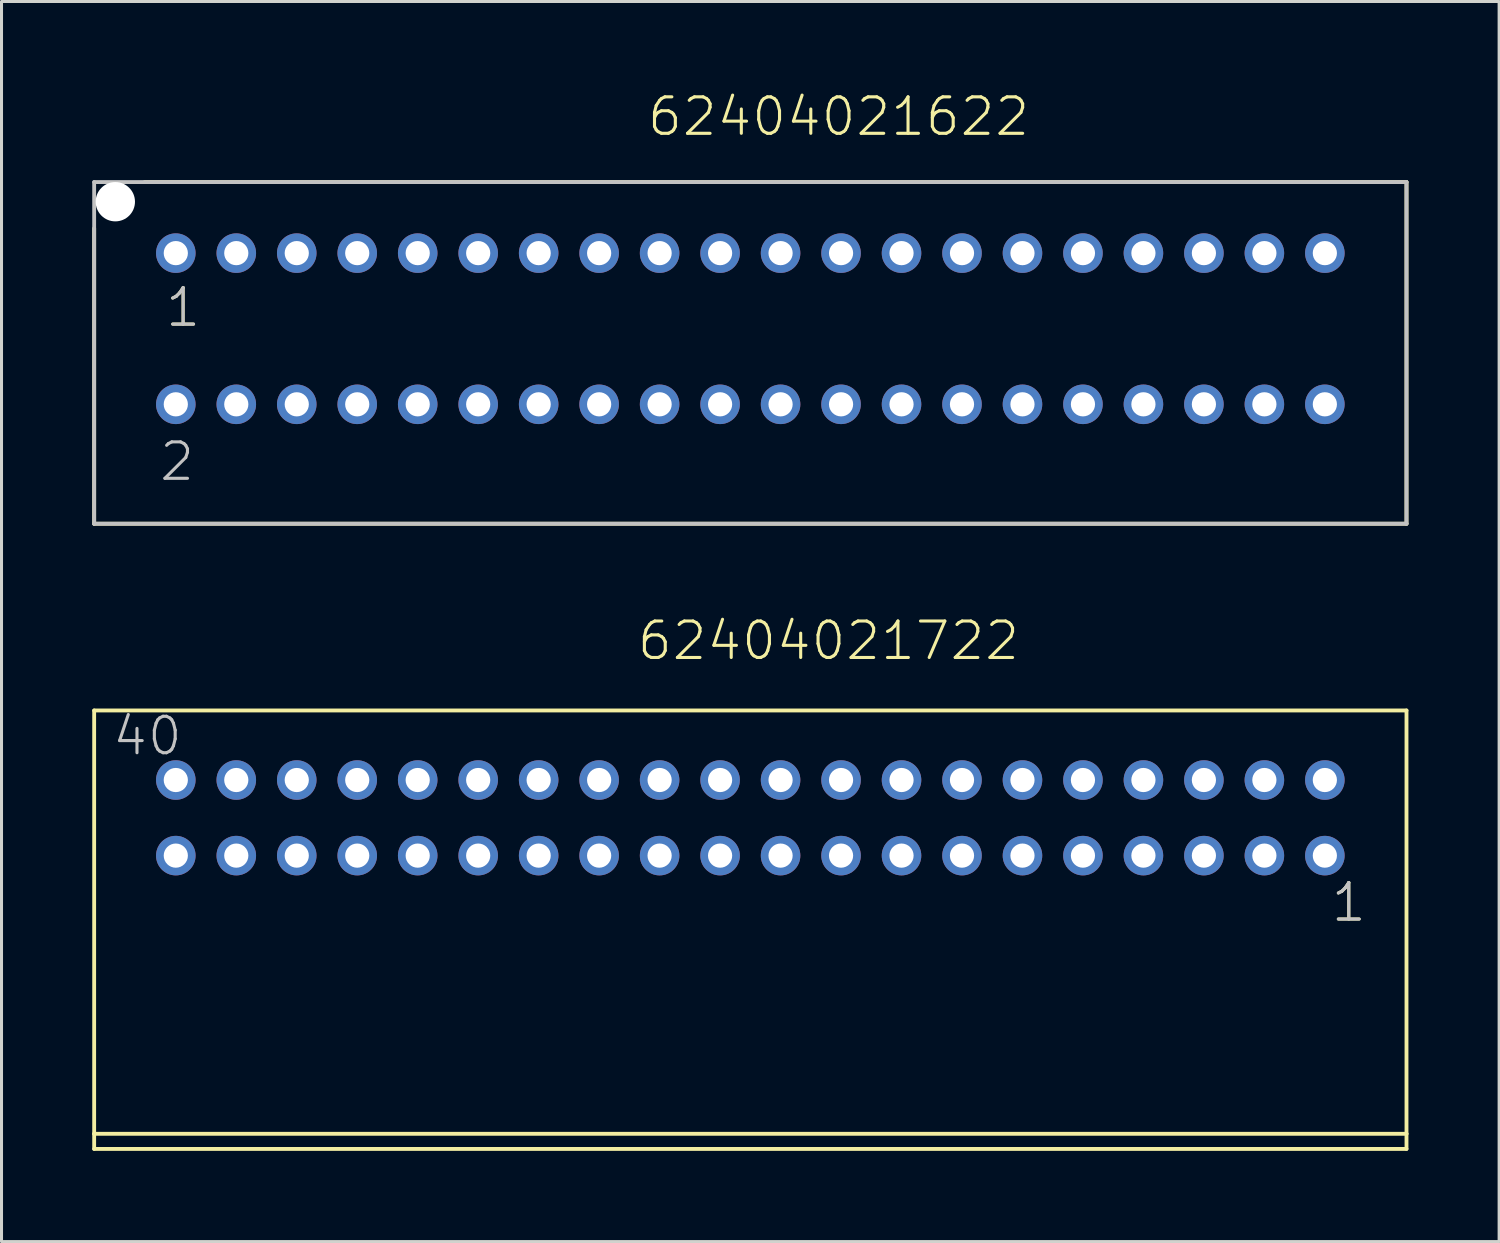
<source format=kicad_pcb>
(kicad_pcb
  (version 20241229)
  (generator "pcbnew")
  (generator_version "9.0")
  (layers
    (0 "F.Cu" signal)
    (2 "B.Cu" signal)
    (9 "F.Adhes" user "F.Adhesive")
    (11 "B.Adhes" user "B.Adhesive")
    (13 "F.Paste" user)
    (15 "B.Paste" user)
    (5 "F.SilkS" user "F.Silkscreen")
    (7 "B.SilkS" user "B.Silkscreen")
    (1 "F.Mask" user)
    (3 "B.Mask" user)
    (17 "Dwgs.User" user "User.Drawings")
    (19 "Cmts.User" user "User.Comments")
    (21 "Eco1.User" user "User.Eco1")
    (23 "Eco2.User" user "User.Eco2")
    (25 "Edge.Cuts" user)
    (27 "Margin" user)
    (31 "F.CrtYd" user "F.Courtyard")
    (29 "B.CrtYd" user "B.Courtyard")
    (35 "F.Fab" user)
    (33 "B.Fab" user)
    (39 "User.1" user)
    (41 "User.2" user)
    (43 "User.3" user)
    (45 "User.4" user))
  (footprint "62404021722"
    (layer "F.Cu")
    (at 21.764 23.996)
    (property "Reference" "62404021722" (at -3.8 -5.15 0) (layer "F.SilkS") (effects (font (size 1.206 1.206) (thickness 0.102)) (justify left bottom)))
    (attr through_hole)
    (fp_line (start -21.7 -3.55) (end -21.7 10.45) (stroke (width 0.127) (type solid)) (layer "F.SilkS"))
    (fp_line (start -21.7 10.45) (end -21.7 10.95) (stroke (width 0.127) (type solid)) (layer "F.SilkS"))
    (fp_line (start -21.7 10.45) (end 21.7 10.45) (stroke (width 0.127) (type solid)) (layer "F.SilkS"))
    (fp_line (start -21.7 10.95) (end 21.7 10.95) (stroke (width 0.127) (type solid)) (layer "F.SilkS"))
    (fp_line (start 21.7 -3.55) (end -21.7 -3.55) (stroke (width 0.127) (type solid)) (layer "F.SilkS"))
    (fp_line (start 21.7 10.45) (end 21.7 -3.55) (stroke (width 0.127) (type solid)) (layer "F.SilkS"))
    (fp_line (start 21.7 10.95) (end 21.7 10.45) (stroke (width 0.127) (type solid)) (layer "F.SilkS"))
    (fp_text user "1" (at 19.15 3.5 0) (layer "F.SilkS") (effects (font (size 1.206 1.206) (thickness 0.102)) (justify left bottom)))
    (fp_text user "40" (at -21.155 -2 0) (layer "Dwgs.User") (effects (font (size 1.206 1.206) (thickness 0.102)) (justify left bottom)))
    (fp_text user "1" (at 19.15 3.5 0) (layer "Dwgs.User") (effects (font (size 1.206 1.206) (thickness 0.102)) (justify left bottom)))
    (pad "1" thru_hole circle (at 19 1.25 180) (size 1.308 1.308) (drill 0.8) (layers "*.Cu" "*.Mask"))
    (pad "2" thru_hole circle (at 19 -1.25 180) (size 1.308 1.308) (drill 0.8) (layers "*.Cu" "*.Mask"))
    (pad "3" thru_hole circle (at 17 1.25 180) (size 1.308 1.308) (drill 0.8) (layers "*.Cu" "*.Mask"))
    (pad "4" thru_hole circle (at 17 -1.25 180) (size 1.308 1.308) (drill 0.8) (layers "*.Cu" "*.Mask"))
    (pad "5" thru_hole circle (at 15 1.25 180) (size 1.308 1.308) (drill 0.8) (layers "*.Cu" "*.Mask"))
    (pad "6" thru_hole circle (at 15 -1.25 180) (size 1.308 1.308) (drill 0.8) (layers "*.Cu" "*.Mask"))
    (pad "7" thru_hole circle (at 13 1.25 180) (size 1.308 1.308) (drill 0.8) (layers "*.Cu" "*.Mask"))
    (pad "8" thru_hole circle (at 13 -1.25 180) (size 1.308 1.308) (drill 0.8) (layers "*.Cu" "*.Mask"))
    (pad "9" thru_hole circle (at 11 1.25 180) (size 1.308 1.308) (drill 0.8) (layers "*.Cu" "*.Mask"))
    (pad "10" thru_hole circle (at 11 -1.25 180) (size 1.308 1.308) (drill 0.8) (layers "*.Cu" "*.Mask"))
    (pad "11" thru_hole circle (at 9 1.25 180) (size 1.308 1.308) (drill 0.8) (layers "*.Cu" "*.Mask"))
    (pad "12" thru_hole circle (at 9 -1.25 180) (size 1.308 1.308) (drill 0.8) (layers "*.Cu" "*.Mask"))
    (pad "13" thru_hole circle (at 7 1.25 180) (size 1.308 1.308) (drill 0.8) (layers "*.Cu" "*.Mask"))
    (pad "14" thru_hole circle (at 7 -1.25 180) (size 1.308 1.308) (drill 0.8) (layers "*.Cu" "*.Mask"))
    (pad "15" thru_hole circle (at 5 1.25 180) (size 1.308 1.308) (drill 0.8) (layers "*.Cu" "*.Mask"))
    (pad "16" thru_hole circle (at 5 -1.25 180) (size 1.308 1.308) (drill 0.8) (layers "*.Cu" "*.Mask"))
    (pad "17" thru_hole circle (at 3 1.25 180) (size 1.308 1.308) (drill 0.8) (layers "*.Cu" "*.Mask"))
    (pad "18" thru_hole circle (at 3 -1.25 180) (size 1.308 1.308) (drill 0.8) (layers "*.Cu" "*.Mask"))
    (pad "19" thru_hole circle (at 1 1.25 180) (size 1.308 1.308) (drill 0.8) (layers "*.Cu" "*.Mask"))
    (pad "20" thru_hole circle (at 1 -1.25 180) (size 1.308 1.308) (drill 0.8) (layers "*.Cu" "*.Mask"))
    (pad "21" thru_hole circle (at -1 1.25 180) (size 1.308 1.308) (drill 0.8) (layers "*.Cu" "*.Mask"))
    (pad "22" thru_hole circle (at -1 -1.25 180) (size 1.308 1.308) (drill 0.8) (layers "*.Cu" "*.Mask"))
    (pad "23" thru_hole circle (at -3 1.25 180) (size 1.308 1.308) (drill 0.8) (layers "*.Cu" "*.Mask"))
    (pad "24" thru_hole circle (at -3 -1.25 180) (size 1.308 1.308) (drill 0.8) (layers "*.Cu" "*.Mask"))
    (pad "25" thru_hole circle (at -5 1.25 180) (size 1.308 1.308) (drill 0.8) (layers "*.Cu" "*.Mask"))
    (pad "26" thru_hole circle (at -5 -1.25 180) (size 1.308 1.308) (drill 0.8) (layers "*.Cu" "*.Mask"))
    (pad "27" thru_hole circle (at -7 1.25 180) (size 1.308 1.308) (drill 0.8) (layers "*.Cu" "*.Mask"))
    (pad "28" thru_hole circle (at -7 -1.25 180) (size 1.308 1.308) (drill 0.8) (layers "*.Cu" "*.Mask"))
    (pad "29" thru_hole circle (at -9 1.25 180) (size 1.308 1.308) (drill 0.8) (layers "*.Cu" "*.Mask"))
    (pad "30" thru_hole circle (at -9 -1.25 180) (size 1.308 1.308) (drill 0.8) (layers "*.Cu" "*.Mask"))
    (pad "31" thru_hole circle (at -11 1.25 180) (size 1.308 1.308) (drill 0.8) (layers "*.Cu" "*.Mask"))
    (pad "32" thru_hole circle (at -11 -1.25 180) (size 1.308 1.308) (drill 0.8) (layers "*.Cu" "*.Mask"))
    (pad "33" thru_hole circle (at -13 1.25 180) (size 1.308 1.308) (drill 0.8) (layers "*.Cu" "*.Mask"))
    (pad "34" thru_hole circle (at -13 -1.25 180) (size 1.308 1.308) (drill 0.8) (layers "*.Cu" "*.Mask"))
    (pad "35" thru_hole circle (at -15 1.25 180) (size 1.308 1.308) (drill 0.8) (layers "*.Cu" "*.Mask"))
    (pad "36" thru_hole circle (at -15 -1.25 180) (size 1.308 1.308) (drill 0.8) (layers "*.Cu" "*.Mask"))
    (pad "37" thru_hole circle (at -17 1.25 180) (size 1.308 1.308) (drill 0.8) (layers "*.Cu" "*.Mask"))
    (pad "38" thru_hole circle (at -17 -1.25 180) (size 1.308 1.308) (drill 0.8) (layers "*.Cu" "*.Mask"))
    (pad "39" thru_hole circle (at -19 1.25 180) (size 1.308 1.308) (drill 0.8) (layers "*.Cu" "*.Mask"))
    (pad "40" thru_hole circle (at -19 -1.25 180) (size 1.308 1.308) (drill 0.8) (layers "*.Cu" "*.Mask")))
  (footprint "62404021622"
    (layer "F.Cu")
    (at 21.764 7.821)
    (property "Reference" "62404021622" (at -3.466 -6.31 0) (layer "F.SilkS") (effects (font (size 1.206 1.206) (thickness 0.102)) (justify left bottom)))
    (attr through_hole)
    (fp_line (start -21.7 6.45) (end -21.7 -3.32) (stroke (width 0.127) (type solid)) (layer "F.SilkS"))
    (fp_line (start -20.03 -4.85) (end 21.7 -4.85) (stroke (width 0.127) (type solid)) (layer "F.SilkS"))
    (fp_line (start 21.7 -4.85) (end 21.7 6.45) (stroke (width 0.127) (type solid)) (layer "F.SilkS"))
    (fp_line (start 21.7 6.45) (end -21.7 6.45) (stroke (width 0.127) (type solid)) (layer "F.SilkS"))
    (fp_line (start -21.7 -4.85) (end 21.7 -4.85) (stroke (width 0.127) (type solid)) (layer "Dwgs.User"))
    (fp_line (start -21.7 6.45) (end -21.7 -4.85) (stroke (width 0.127) (type solid)) (layer "Dwgs.User"))
    (fp_line (start 21.7 -4.85) (end 21.7 6.45) (stroke (width 0.127) (type solid)) (layer "Dwgs.User"))
    (fp_line (start 21.7 6.45) (end -21.7 6.45) (stroke (width 0.127) (type solid)) (layer "Dwgs.User"))
    (fp_text user "1" (at -19.4 0 0) (layer "F.SilkS") (effects (font (size 1.206 1.206) (thickness 0.102)) (justify left bottom)))
    (fp_text user "1" (at -19.4 0 0) (layer "Dwgs.User") (effects (font (size 1.206 1.206) (thickness 0.102)) (justify left bottom)))
    (fp_text user "2" (at -19.6 5.1 0) (layer "Dwgs.User") (effects (font (size 1.206 1.206) (thickness 0.102)) (justify left bottom)))
    (pad "" np_thru_hole circle (at -21 -4.2) (size 1.3 1.3) (drill 1.3) (layers "*.Cu"))
    (pad "1" thru_hole circle (at -19 -2.5) (size 1.308 1.308) (drill 0.8) (layers "*.Cu" "*.Mask"))
    (pad "2" thru_hole circle (at -19 2.5) (size 1.308 1.308) (drill 0.8) (layers "*.Cu" "*.Mask"))
    (pad "3" thru_hole circle (at -17 -2.5) (size 1.308 1.308) (drill 0.8) (layers "*.Cu" "*.Mask"))
    (pad "4" thru_hole circle (at -17 2.5) (size 1.308 1.308) (drill 0.8) (layers "*.Cu" "*.Mask"))
    (pad "5" thru_hole circle (at -15 -2.5) (size 1.308 1.308) (drill 0.8) (layers "*.Cu" "*.Mask"))
    (pad "6" thru_hole circle (at -15 2.5) (size 1.308 1.308) (drill 0.8) (layers "*.Cu" "*.Mask"))
    (pad "7" thru_hole circle (at -13 -2.5) (size 1.308 1.308) (drill 0.8) (layers "*.Cu" "*.Mask"))
    (pad "8" thru_hole circle (at -13 2.5) (size 1.308 1.308) (drill 0.8) (layers "*.Cu" "*.Mask"))
    (pad "9" thru_hole circle (at -11 -2.5) (size 1.308 1.308) (drill 0.8) (layers "*.Cu" "*.Mask"))
    (pad "10" thru_hole circle (at -11 2.5) (size 1.308 1.308) (drill 0.8) (layers "*.Cu" "*.Mask"))
    (pad "11" thru_hole circle (at -9 -2.5) (size 1.308 1.308) (drill 0.8) (layers "*.Cu" "*.Mask"))
    (pad "12" thru_hole circle (at -9 2.5) (size 1.308 1.308) (drill 0.8) (layers "*.Cu" "*.Mask"))
    (pad "13" thru_hole circle (at -7 -2.5) (size 1.308 1.308) (drill 0.8) (layers "*.Cu" "*.Mask"))
    (pad "14" thru_hole circle (at -7 2.5) (size 1.308 1.308) (drill 0.8) (layers "*.Cu" "*.Mask"))
    (pad "15" thru_hole circle (at -5 -2.5) (size 1.308 1.308) (drill 0.8) (layers "*.Cu" "*.Mask"))
    (pad "16" thru_hole circle (at -5 2.5) (size 1.308 1.308) (drill 0.8) (layers "*.Cu" "*.Mask"))
    (pad "17" thru_hole circle (at -3 -2.5) (size 1.308 1.308) (drill 0.8) (layers "*.Cu" "*.Mask"))
    (pad "18" thru_hole circle (at -3 2.5) (size 1.308 1.308) (drill 0.8) (layers "*.Cu" "*.Mask"))
    (pad "19" thru_hole circle (at -1 -2.5) (size 1.308 1.308) (drill 0.8) (layers "*.Cu" "*.Mask"))
    (pad "20" thru_hole circle (at -1 2.5) (size 1.308 1.308) (drill 0.8) (layers "*.Cu" "*.Mask"))
    (pad "21" thru_hole circle (at 1 -2.5) (size 1.308 1.308) (drill 0.8) (layers "*.Cu" "*.Mask"))
    (pad "22" thru_hole circle (at 1 2.5) (size 1.308 1.308) (drill 0.8) (layers "*.Cu" "*.Mask"))
    (pad "23" thru_hole circle (at 3 -2.5) (size 1.308 1.308) (drill 0.8) (layers "*.Cu" "*.Mask"))
    (pad "24" thru_hole circle (at 3 2.5) (size 1.308 1.308) (drill 0.8) (layers "*.Cu" "*.Mask"))
    (pad "25" thru_hole circle (at 5 -2.5) (size 1.308 1.308) (drill 0.8) (layers "*.Cu" "*.Mask"))
    (pad "26" thru_hole circle (at 5 2.5) (size 1.308 1.308) (drill 0.8) (layers "*.Cu" "*.Mask"))
    (pad "27" thru_hole circle (at 7 -2.5) (size 1.308 1.308) (drill 0.8) (layers "*.Cu" "*.Mask"))
    (pad "28" thru_hole circle (at 7 2.5) (size 1.308 1.308) (drill 0.8) (layers "*.Cu" "*.Mask"))
    (pad "29" thru_hole circle (at 9 -2.5) (size 1.308 1.308) (drill 0.8) (layers "*.Cu" "*.Mask"))
    (pad "30" thru_hole circle (at 9 2.5) (size 1.308 1.308) (drill 0.8) (layers "*.Cu" "*.Mask"))
    (pad "31" thru_hole circle (at 11 -2.5) (size 1.308 1.308) (drill 0.8) (layers "*.Cu" "*.Mask"))
    (pad "32" thru_hole circle (at 11 2.5) (size 1.308 1.308) (drill 0.8) (layers "*.Cu" "*.Mask"))
    (pad "33" thru_hole circle (at 13 -2.5) (size 1.308 1.308) (drill 0.8) (layers "*.Cu" "*.Mask"))
    (pad "34" thru_hole circle (at 13 2.5) (size 1.308 1.308) (drill 0.8) (layers "*.Cu" "*.Mask"))
    (pad "35" thru_hole circle (at 15 -2.5) (size 1.308 1.308) (drill 0.8) (layers "*.Cu" "*.Mask"))
    (pad "36" thru_hole circle (at 15 2.5) (size 1.308 1.308) (drill 0.8) (layers "*.Cu" "*.Mask"))
    (pad "37" thru_hole circle (at 17 -2.5) (size 1.308 1.308) (drill 0.8) (layers "*.Cu" "*.Mask"))
    (pad "38" thru_hole circle (at 17 2.5) (size 1.308 1.308) (drill 0.8) (layers "*.Cu" "*.Mask"))
    (pad "39" thru_hole circle (at 19 -2.5) (size 1.308 1.308) (drill 0.8) (layers "*.Cu" "*.Mask"))
    (pad "40" thru_hole circle (at 19 2.5) (size 1.308 1.308) (drill 0.8) (layers "*.Cu" "*.Mask")))
  (gr_rect
    (start -3 -3)
    (end 46.527 38.01)
    (stroke (width 0.1) (type default))
    (fill no)
    (layer "Edge.Cuts")))
</source>
